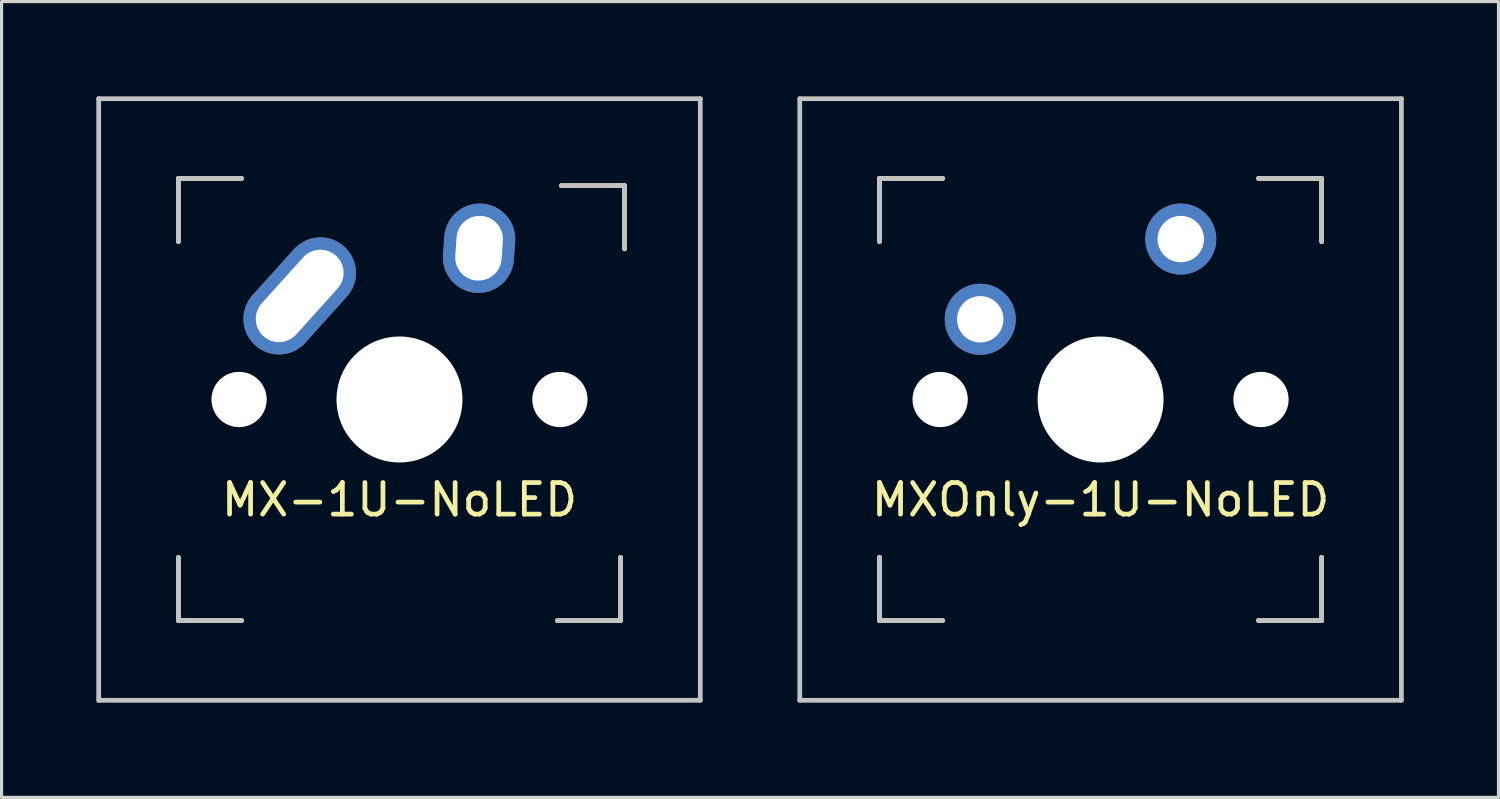
<source format=kicad_pcb>
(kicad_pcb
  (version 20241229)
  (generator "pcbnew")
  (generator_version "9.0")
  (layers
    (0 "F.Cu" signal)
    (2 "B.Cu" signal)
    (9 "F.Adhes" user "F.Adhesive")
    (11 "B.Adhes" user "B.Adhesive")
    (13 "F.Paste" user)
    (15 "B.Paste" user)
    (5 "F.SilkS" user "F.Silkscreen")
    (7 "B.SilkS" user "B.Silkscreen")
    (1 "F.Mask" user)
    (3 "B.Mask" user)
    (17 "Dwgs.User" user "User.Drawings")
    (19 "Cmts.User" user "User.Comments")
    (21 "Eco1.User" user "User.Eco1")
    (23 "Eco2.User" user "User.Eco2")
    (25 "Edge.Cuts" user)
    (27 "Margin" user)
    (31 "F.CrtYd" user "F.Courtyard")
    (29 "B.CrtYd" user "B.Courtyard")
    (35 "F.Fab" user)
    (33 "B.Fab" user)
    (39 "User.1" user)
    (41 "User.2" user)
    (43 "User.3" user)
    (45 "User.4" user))
  (footprint "MXOnly-1U-NoLED"
    (layer "F.Cu")
    (at 31.8 9.6)
    (property "Reference" "MXOnly-1U-NoLED" (at 0 3.175 0) (layer "F.SilkS") (effects (font (size 1 1) (thickness 0.15))))
    (attr through_hole)
    (fp_line (start -7 -7) (end -7 -5) (stroke (width 0.15) (type solid)) (layer "F.SilkS"))
    (fp_line (start -7 5) (end -7 7) (stroke (width 0.15) (type solid)) (layer "F.SilkS"))
    (fp_line (start -7 7) (end -5 7) (stroke (width 0.15) (type solid)) (layer "F.SilkS"))
    (fp_line (start -5 -7) (end -7 -7) (stroke (width 0.15) (type solid)) (layer "F.SilkS"))
    (fp_line (start 5 -7) (end 7 -7) (stroke (width 0.15) (type solid)) (layer "F.SilkS"))
    (fp_line (start 5 7) (end 7 7) (stroke (width 0.15) (type solid)) (layer "F.SilkS"))
    (fp_line (start 7 -7) (end 7 -5) (stroke (width 0.15) (type solid)) (layer "F.SilkS"))
    (fp_line (start 7 7) (end 7 5) (stroke (width 0.15) (type solid)) (layer "F.SilkS"))
    (fp_line (start -9.525 -9.525) (end 9.525 -9.525) (stroke (width 0.15) (type solid)) (layer "Dwgs.User"))
    (fp_line (start -9.525 9.525) (end -9.525 -9.525) (stroke (width 0.15) (type solid)) (layer "Dwgs.User"))
    (fp_line (start -7 -7) (end -7 -5) (stroke (width 0.15) (type solid)) (layer "Dwgs.User"))
    (fp_line (start -7 5) (end -7 7) (stroke (width 0.15) (type solid)) (layer "Dwgs.User"))
    (fp_line (start -7 7) (end -5 7) (stroke (width 0.15) (type solid)) (layer "Dwgs.User"))
    (fp_line (start -5 -7) (end -7 -7) (stroke (width 0.15) (type solid)) (layer "Dwgs.User"))
    (fp_line (start 5 -7) (end 7 -7) (stroke (width 0.15) (type solid)) (layer "Dwgs.User"))
    (fp_line (start 5 7) (end 7 7) (stroke (width 0.15) (type solid)) (layer "Dwgs.User"))
    (fp_line (start 7 -7) (end 7 -5) (stroke (width 0.15) (type solid)) (layer "Dwgs.User"))
    (fp_line (start 7 7) (end 7 5) (stroke (width 0.15) (type solid)) (layer "Dwgs.User"))
    (fp_line (start 9.525 -9.525) (end 9.525 9.525) (stroke (width 0.15) (type solid)) (layer "Dwgs.User"))
    (fp_line (start 9.525 9.525) (end -9.525 9.525) (stroke (width 0.15) (type solid)) (layer "Dwgs.User"))
    (pad "" np_thru_hole circle (at -5.08 0 48.1) (size 1.75 1.75) (drill 1.75) (layers "*.Cu" "*.Mask"))
    (pad "" np_thru_hole circle (at 0 0) (size 3.988 3.988) (drill 3.988) (layers "*.Cu" "*.Mask"))
    (pad "" np_thru_hole circle (at 5.08 0 48.1) (size 1.75 1.75) (drill 1.75) (layers "*.Cu" "*.Mask"))
    (pad "1" thru_hole circle (at -3.81 -2.54) (size 2.25 2.25) (drill 1.47) (layers "*.Cu" "B.Mask"))
    (pad "2" thru_hole circle (at 2.54 -5.08) (size 2.25 2.25) (drill 1.47) (layers "*.Cu" "B.Mask")))
  (footprint "MX-1U-NoLED"
    (layer "F.Cu")
    (at 9.6 9.6)
    (property "Reference" "MX-1U-NoLED" (at 0 3.175 0) (layer "F.SilkS") (effects (font (size 1 1) (thickness 0.15))))
    (attr through_hole)
    (fp_line (start -7 -7) (end -7 -5) (stroke (width 0.15) (type solid)) (layer "F.SilkS"))
    (fp_line (start -7 5) (end -7 7) (stroke (width 0.15) (type solid)) (layer "F.SilkS"))
    (fp_line (start -7 7) (end -5 7) (stroke (width 0.15) (type solid)) (layer "F.SilkS"))
    (fp_line (start -5 -7) (end -7 -7) (stroke (width 0.15) (type solid)) (layer "F.SilkS"))
    (fp_line (start 5 7) (end 7 7) (stroke (width 0.15) (type solid)) (layer "F.SilkS"))
    (fp_line (start 5.127 -6.771) (end 7.127 -6.771) (stroke (width 0.15) (type solid)) (layer "F.SilkS"))
    (fp_line (start 7 7) (end 7 5) (stroke (width 0.15) (type solid)) (layer "F.SilkS"))
    (fp_line (start 7.127 -6.771) (end 7.127 -4.771) (stroke (width 0.15) (type solid)) (layer "F.SilkS"))
    (fp_line (start -9.525 -9.525) (end 9.525 -9.525) (stroke (width 0.15) (type solid)) (layer "Dwgs.User"))
    (fp_line (start -9.525 9.525) (end -9.525 -9.525) (stroke (width 0.15) (type solid)) (layer "Dwgs.User"))
    (fp_line (start -7 -7) (end -7 -5) (stroke (width 0.15) (type solid)) (layer "Dwgs.User"))
    (fp_line (start -7 5) (end -7 7) (stroke (width 0.15) (type solid)) (layer "Dwgs.User"))
    (fp_line (start -7 7) (end -5 7) (stroke (width 0.15) (type solid)) (layer "Dwgs.User"))
    (fp_line (start -5 -7) (end -7 -7) (stroke (width 0.15) (type solid)) (layer "Dwgs.User"))
    (fp_line (start 5 7) (end 7 7) (stroke (width 0.15) (type solid)) (layer "Dwgs.User"))
    (fp_line (start 5.127 -6.771) (end 7.127 -6.771) (stroke (width 0.15) (type solid)) (layer "Dwgs.User"))
    (fp_line (start 7 7) (end 7 5) (stroke (width 0.15) (type solid)) (layer "Dwgs.User"))
    (fp_line (start 7.127 -6.771) (end 7.127 -4.771) (stroke (width 0.15) (type solid)) (layer "Dwgs.User"))
    (fp_line (start 9.525 -9.525) (end 9.525 9.525) (stroke (width 0.15) (type solid)) (layer "Dwgs.User"))
    (fp_line (start 9.525 9.525) (end -9.525 9.525) (stroke (width 0.15) (type solid)) (layer "Dwgs.User"))
    (pad "" np_thru_hole circle (at -5.08 0 48.1) (size 1.75 1.75) (drill 1.75) (layers "*.Cu" "*.Mask"))
    (pad "" np_thru_hole circle (at 0 0) (size 3.988 3.988) (drill 3.988) (layers "*.Cu" "*.Mask"))
    (pad "" np_thru_hole circle (at 5.08 0 48.1) (size 1.75 1.75) (drill 1.75) (layers "*.Cu" "*.Mask"))
    (pad "1" thru_hole oval (at -3.16 -3.28 48) (size 4.212 2.25) (drill oval 3.43 1.47) (layers "*.Cu" "B.Mask"))
    (pad "2" thru_hole oval (at 2.52 -4.79 86) (size 2.831 2.25) (drill oval 2.051 1.47) (layers "*.Cu" "B.Mask")))
  (gr_rect
    (start -3 -3)
    (end 44.4 22.2)
    (stroke (width 0.1) (type default))
    (fill no)
    (layer "Edge.Cuts")))
</source>
